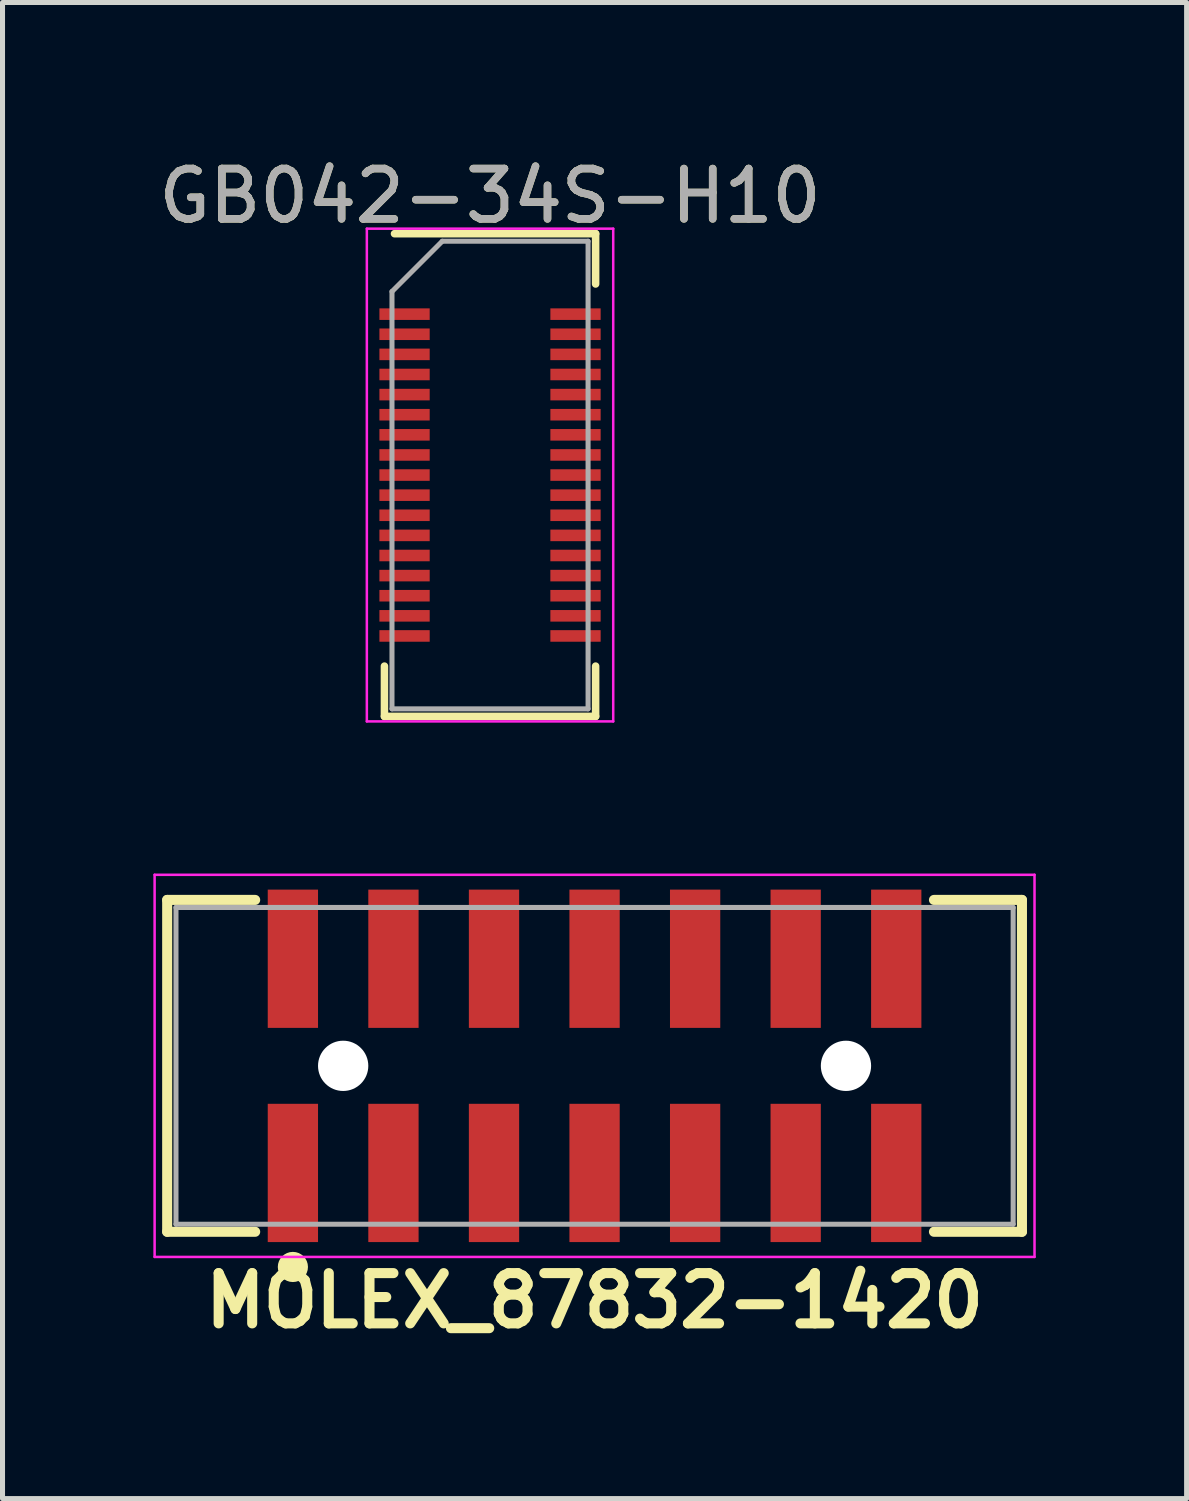
<source format=kicad_pcb>
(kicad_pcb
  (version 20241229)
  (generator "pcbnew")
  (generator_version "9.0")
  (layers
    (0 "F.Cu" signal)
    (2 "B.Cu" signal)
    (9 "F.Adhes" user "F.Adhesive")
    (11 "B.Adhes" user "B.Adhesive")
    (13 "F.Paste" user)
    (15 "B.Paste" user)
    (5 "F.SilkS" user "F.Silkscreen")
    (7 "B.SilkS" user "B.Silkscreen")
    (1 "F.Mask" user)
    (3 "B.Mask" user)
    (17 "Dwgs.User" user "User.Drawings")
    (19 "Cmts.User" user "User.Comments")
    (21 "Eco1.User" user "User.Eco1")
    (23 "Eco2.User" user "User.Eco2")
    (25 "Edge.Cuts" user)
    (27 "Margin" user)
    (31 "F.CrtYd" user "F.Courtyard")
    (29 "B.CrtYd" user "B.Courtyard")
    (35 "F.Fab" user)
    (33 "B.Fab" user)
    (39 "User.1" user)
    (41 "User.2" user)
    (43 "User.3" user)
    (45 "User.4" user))
  (footprint "MOLEX_87832-1420"
    (layer "F.Cu")
    (at 2.775 20.278)
    (property "Reference" "MOLEX_87832-1420" (at 6 2.54 0) (layer "F.SilkS") (effects (font (size 1 1) (thickness 0.2))))
    (attr through_hole)
    (fp_line (start -2.5 -5.43) (end -2.5 1.17) (stroke (width 0.2) (type solid)) (layer "F.SilkS"))
    (fp_line (start -2.5 1.17) (end -0.75 1.17) (stroke (width 0.2) (type solid)) (layer "F.SilkS"))
    (fp_line (start -0.75 -5.43) (end -2.5 -5.43) (stroke (width 0.2) (type solid)) (layer "F.SilkS"))
    (fp_line (start 12.75 -5.43) (end 14.5 -5.43) (stroke (width 0.2) (type solid)) (layer "F.SilkS"))
    (fp_line (start 14.5 -5.43) (end 14.5 1.17) (stroke (width 0.2) (type solid)) (layer "F.SilkS"))
    (fp_line (start 14.5 1.17) (end 12.75 1.17) (stroke (width 0.2) (type solid)) (layer "F.SilkS"))
    (fp_circle (center 0 1.87) (end 0.15 1.87) (stroke (width 0.3) (type solid)) (fill no) (layer "F.SilkS"))
    (fp_line (start -2.75 -5.93) (end 14.75 -5.93) (stroke (width 0.05) (type solid)) (layer "F.CrtYd"))
    (fp_line (start -2.75 1.67) (end -2.75 -5.93) (stroke (width 0.05) (type solid)) (layer "F.CrtYd"))
    (fp_line (start 14.75 -5.93) (end 14.75 1.67) (stroke (width 0.05) (type solid)) (layer "F.CrtYd"))
    (fp_line (start 14.75 1.67) (end -2.75 1.67) (stroke (width 0.05) (type solid)) (layer "F.CrtYd"))
    (fp_line (start -2.325 -5.28) (end 14.325 -5.28) (stroke (width 0.1) (type solid)) (layer "F.Fab"))
    (fp_line (start -2.325 1.02) (end -2.325 -5.28) (stroke (width 0.1) (type solid)) (layer "F.Fab"))
    (fp_line (start 14.325 -5.28) (end 14.325 1.02) (stroke (width 0.1) (type solid)) (layer "F.Fab"))
    (fp_line (start 14.325 1.02) (end -2.325 1.02) (stroke (width 0.1) (type solid)) (layer "F.Fab"))
    (pad "" np_thru_hole circle (at 1 -2.13) (size 1 1) (drill 1) (layers "*.Cu" "*.Mask"))
    (pad "" np_thru_hole circle (at 11 -2.13) (size 1 1) (drill 1) (layers "*.Cu" "*.Mask"))
    (pad "1" smd rect (at 0 0) (size 1 2.75) (layers "F.Cu" "F.Mask" "F.Paste"))
    (pad "2" smd rect (at 0 -4.26) (size 1 2.75) (layers "F.Cu" "F.Mask" "F.Paste"))
    (pad "3" smd rect (at 2 0) (size 1 2.75) (layers "F.Cu" "F.Mask" "F.Paste"))
    (pad "4" smd rect (at 2 -4.26) (size 1 2.75) (layers "F.Cu" "F.Mask" "F.Paste"))
    (pad "5" smd rect (at 4 0) (size 1 2.75) (layers "F.Cu" "F.Mask" "F.Paste"))
    (pad "6" smd rect (at 4 -4.26) (size 1 2.75) (layers "F.Cu" "F.Mask" "F.Paste"))
    (pad "7" smd rect (at 6 0) (size 1 2.75) (layers "F.Cu" "F.Mask" "F.Paste"))
    (pad "8" smd rect (at 6 -4.26) (size 1 2.75) (layers "F.Cu" "F.Mask" "F.Paste"))
    (pad "9" smd rect (at 8 0) (size 1 2.75) (layers "F.Cu" "F.Mask" "F.Paste"))
    (pad "10" smd rect (at 8 -4.26) (size 1 2.75) (layers "F.Cu" "F.Mask" "F.Paste"))
    (pad "11" smd rect (at 10 0) (size 1 2.75) (layers "F.Cu" "F.Mask" "F.Paste"))
    (pad "12" smd rect (at 10 -4.26) (size 1 2.75) (layers "F.Cu" "F.Mask" "F.Paste"))
    (pad "13" smd rect (at 12 0) (size 1 2.75) (layers "F.Cu" "F.Mask" "F.Paste"))
    (pad "14" smd rect (at 12 -4.26) (size 1 2.75) (layers "F.Cu" "F.Mask" "F.Paste")))
  (footprint "GB042-34S-H10"
    (layer "F.Cu")
    (at 6.696 6.398)
    (property "Reference" "GB042-34S-H10" (at 0 -5.55 0) (layer "F.SilkS") (effects (font (size 1 1) (thickness 0.15))))
    (attr smd)
    (fp_line (start -2.1 4.8) (end -2.1 3.8) (stroke (width 0.15) (type solid)) (layer "F.SilkS"))
    (fp_line (start -1.9 -4.8) (end 2.1 -4.8) (stroke (width 0.15) (type solid)) (layer "F.SilkS"))
    (fp_line (start 2.1 -4.8) (end 2.1 -3.8) (stroke (width 0.15) (type solid)) (layer "F.SilkS"))
    (fp_line (start 2.1 4.8) (end -2.1 4.8) (stroke (width 0.15) (type solid)) (layer "F.SilkS"))
    (fp_line (start 2.1 4.8) (end 2.1 3.8) (stroke (width 0.15) (type solid)) (layer "F.SilkS"))
    (fp_line (start -2.45 -4.9) (end 2.45 -4.9) (stroke (width 0.05) (type solid)) (layer "F.CrtYd"))
    (fp_line (start -2.45 4.9) (end -2.45 -4.9) (stroke (width 0.05) (type solid)) (layer "F.CrtYd"))
    (fp_line (start 2.45 -4.9) (end 2.45 4.9) (stroke (width 0.05) (type solid)) (layer "F.CrtYd"))
    (fp_line (start 2.45 4.9) (end -2.45 4.9) (stroke (width 0.05) (type solid)) (layer "F.CrtYd"))
    (fp_line (start -1.95 -3.65) (end -0.95 -4.65) (stroke (width 0.1) (type solid)) (layer "F.Fab"))
    (fp_line (start -1.95 4.65) (end -1.95 -3.65) (stroke (width 0.1) (type solid)) (layer "F.Fab"))
    (fp_line (start -0.95 -4.65) (end 1.95 -4.65) (stroke (width 0.1) (type solid)) (layer "F.Fab"))
    (fp_line (start 1.95 -4.65) (end 1.95 4.65) (stroke (width 0.1) (type solid)) (layer "F.Fab"))
    (fp_line (start 1.95 4.65) (end -1.95 4.65) (stroke (width 0.1) (type solid)) (layer "F.Fab"))
    (fp_text user "${REFERENCE}" (at 0 -5.55 0) (layer "F.Fab") (effects (font (size 1 1) (thickness 0.15))))
    (pad "1" smd rect (at -1.7 -3.2 270) (size 0.23 1) (layers "F.Cu" "F.Mask" "F.Paste"))
    (pad "2" smd rect (at -1.7 -2.8 270) (size 0.23 1) (layers "F.Cu" "F.Mask" "F.Paste"))
    (pad "3" smd rect (at -1.7 -2.4 270) (size 0.23 1) (layers "F.Cu" "F.Mask" "F.Paste"))
    (pad "4" smd rect (at -1.7 -2 270) (size 0.23 1) (layers "F.Cu" "F.Mask" "F.Paste"))
    (pad "5" smd rect (at -1.7 -1.6 270) (size 0.23 1) (layers "F.Cu" "F.Mask" "F.Paste"))
    (pad "6" smd rect (at -1.7 -1.2 270) (size 0.23 1) (layers "F.Cu" "F.Mask" "F.Paste"))
    (pad "7" smd rect (at -1.7 -0.8 270) (size 0.23 1) (layers "F.Cu" "F.Mask" "F.Paste"))
    (pad "8" smd rect (at -1.7 -0.4 270) (size 0.23 1) (layers "F.Cu" "F.Mask" "F.Paste"))
    (pad "9" smd rect (at -1.7 0 270) (size 0.23 1) (layers "F.Cu" "F.Mask" "F.Paste"))
    (pad "10" smd rect (at -1.7 0.4 270) (size 0.23 1) (layers "F.Cu" "F.Mask" "F.Paste"))
    (pad "11" smd rect (at -1.7 0.8 270) (size 0.23 1) (layers "F.Cu" "F.Mask" "F.Paste"))
    (pad "12" smd rect (at -1.7 1.2 270) (size 0.23 1) (layers "F.Cu" "F.Mask" "F.Paste"))
    (pad "13" smd rect (at -1.7 1.6 270) (size 0.23 1) (layers "F.Cu" "F.Mask" "F.Paste"))
    (pad "14" smd rect (at -1.7 2 270) (size 0.23 1) (layers "F.Cu" "F.Mask" "F.Paste"))
    (pad "15" smd rect (at -1.7 2.4 270) (size 0.23 1) (layers "F.Cu" "F.Mask" "F.Paste"))
    (pad "16" smd rect (at -1.7 2.8 270) (size 0.23 1) (layers "F.Cu" "F.Mask" "F.Paste"))
    (pad "17" smd rect (at -1.7 3.2 270) (size 0.23 1) (layers "F.Cu" "F.Mask" "F.Paste"))
    (pad "18" smd rect (at 1.7 3.2 270) (size 0.23 1) (layers "F.Cu" "F.Mask" "F.Paste"))
    (pad "19" smd rect (at 1.7 2.8 270) (size 0.23 1) (layers "F.Cu" "F.Mask" "F.Paste"))
    (pad "20" smd rect (at 1.7 2.4 270) (size 0.23 1) (layers "F.Cu" "F.Mask" "F.Paste"))
    (pad "21" smd rect (at 1.7 2 270) (size 0.23 1) (layers "F.Cu" "F.Mask" "F.Paste"))
    (pad "22" smd rect (at 1.7 1.6 270) (size 0.23 1) (layers "F.Cu" "F.Mask" "F.Paste"))
    (pad "23" smd rect (at 1.7 1.2 270) (size 0.23 1) (layers "F.Cu" "F.Mask" "F.Paste"))
    (pad "24" smd rect (at 1.7 0.8 270) (size 0.23 1) (layers "F.Cu" "F.Mask" "F.Paste"))
    (pad "25" smd rect (at 1.7 0.4 270) (size 0.23 1) (layers "F.Cu" "F.Mask" "F.Paste"))
    (pad "26" smd rect (at 1.7 0 270) (size 0.23 1) (layers "F.Cu" "F.Mask" "F.Paste"))
    (pad "27" smd rect (at 1.7 -0.4 270) (size 0.23 1) (layers "F.Cu" "F.Mask" "F.Paste"))
    (pad "28" smd rect (at 1.7 -0.8 270) (size 0.23 1) (layers "F.Cu" "F.Mask" "F.Paste"))
    (pad "29" smd rect (at 1.7 -1.2 270) (size 0.23 1) (layers "F.Cu" "F.Mask" "F.Paste"))
    (pad "30" smd rect (at 1.7 -1.6 270) (size 0.23 1) (layers "F.Cu" "F.Mask" "F.Paste"))
    (pad "31" smd rect (at 1.7 -2 270) (size 0.23 1) (layers "F.Cu" "F.Mask" "F.Paste"))
    (pad "32" smd rect (at 1.7 -2.4 270) (size 0.23 1) (layers "F.Cu" "F.Mask" "F.Paste"))
    (pad "33" smd rect (at 1.7 -2.8 270) (size 0.23 1) (layers "F.Cu" "F.Mask" "F.Paste"))
    (pad "34" smd rect (at 1.7 -3.2 270) (size 0.23 1) (layers "F.Cu" "F.Mask" "F.Paste")))
  (gr_rect
    (start -3 -3)
    (end 20.55 26.754)
    (stroke (width 0.1) (type default))
    (fill no)
    (layer "Edge.Cuts")))
</source>
